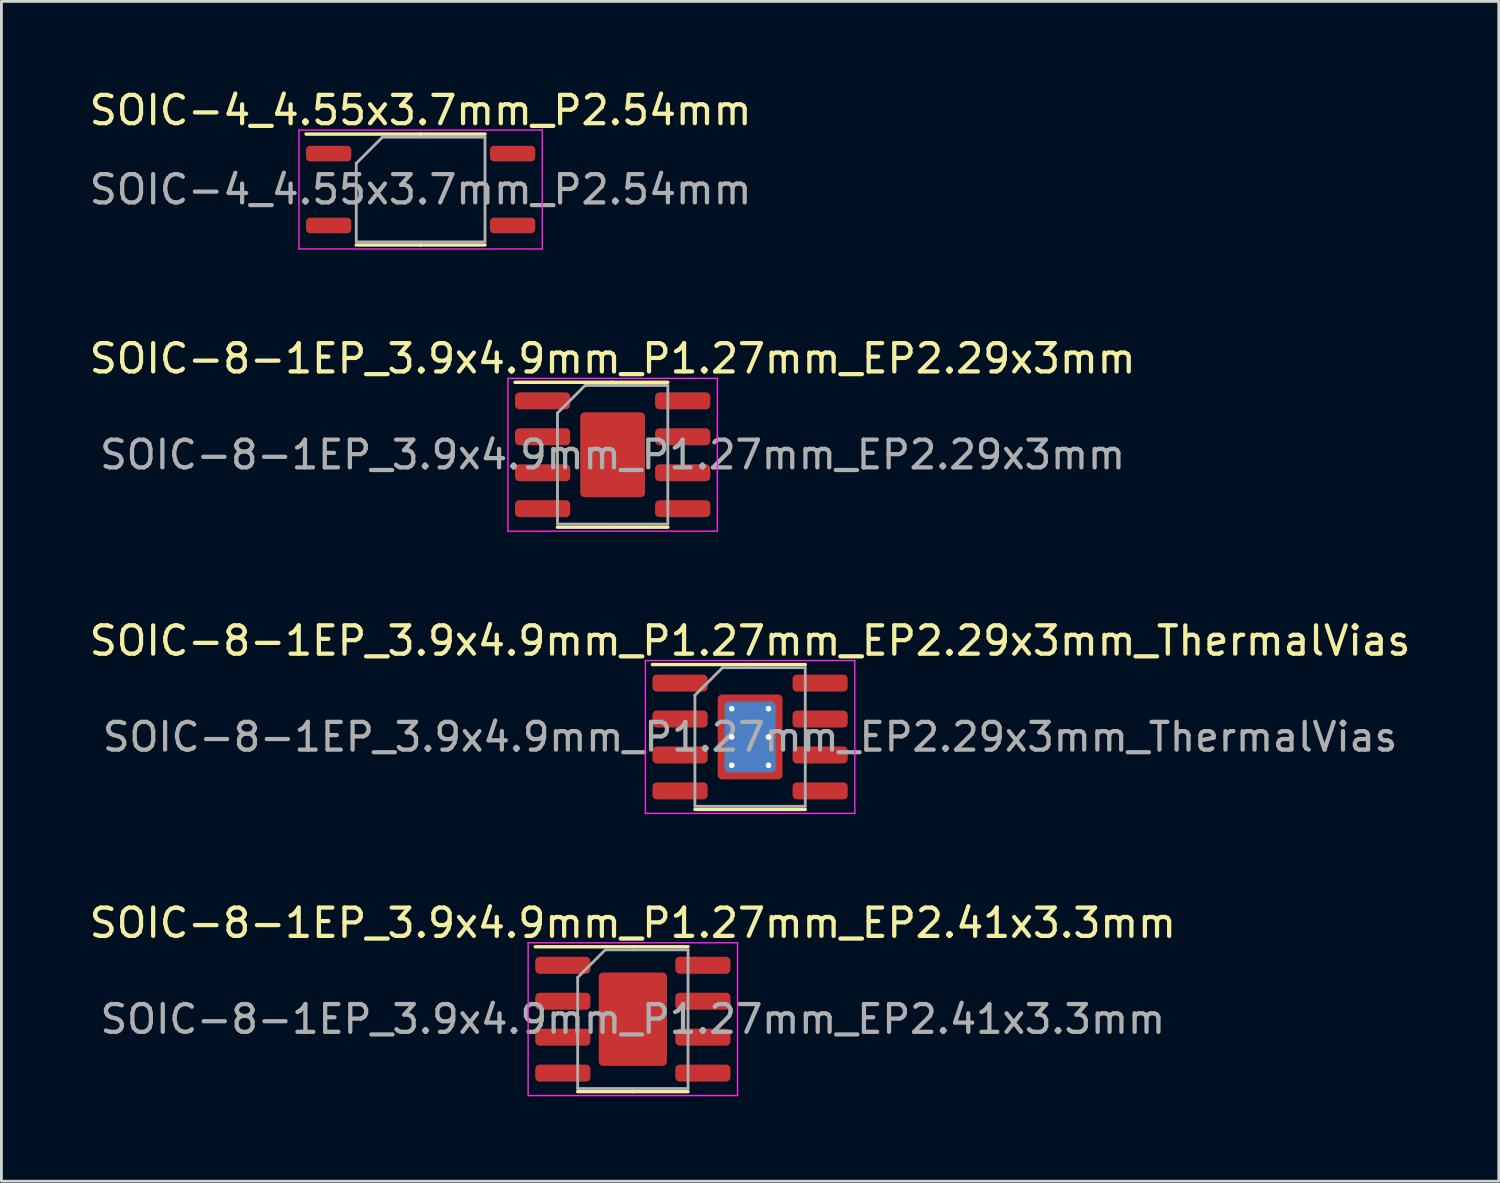
<source format=kicad_pcb>
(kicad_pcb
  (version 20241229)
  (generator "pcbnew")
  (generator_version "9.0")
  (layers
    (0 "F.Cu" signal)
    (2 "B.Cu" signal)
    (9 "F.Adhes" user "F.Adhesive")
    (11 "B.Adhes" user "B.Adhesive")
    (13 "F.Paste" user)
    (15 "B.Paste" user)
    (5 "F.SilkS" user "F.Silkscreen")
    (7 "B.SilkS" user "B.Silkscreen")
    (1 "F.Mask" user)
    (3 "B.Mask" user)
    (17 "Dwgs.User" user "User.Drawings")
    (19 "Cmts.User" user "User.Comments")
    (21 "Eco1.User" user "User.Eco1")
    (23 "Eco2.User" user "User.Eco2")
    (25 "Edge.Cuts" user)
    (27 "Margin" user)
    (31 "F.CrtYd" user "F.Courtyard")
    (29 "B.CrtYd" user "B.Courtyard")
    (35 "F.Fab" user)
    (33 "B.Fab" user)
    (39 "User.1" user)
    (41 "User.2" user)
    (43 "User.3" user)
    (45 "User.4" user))
  (footprint "SOIC-8-1EP_3.9x4.9mm_P1.27mm_EP2.41x3.3mm"
    (layer "F.Cu")
    (at 19.315 32.968)
    (property "Reference" "SOIC-8-1EP_3.9x4.9mm_P1.27mm_EP2.41x3.3mm" (at 0 -3.4 0) (layer "F.SilkS") (effects (font (size 1 1) (thickness 0.15))))
    (attr smd)
    (fp_line (start 0 -2.56) (end -3.45 -2.56) (stroke (width 0.12) (type solid)) (layer "F.SilkS"))
    (fp_line (start 0 -2.56) (end 1.95 -2.56) (stroke (width 0.12) (type solid)) (layer "F.SilkS"))
    (fp_line (start 0 2.56) (end -1.95 2.56) (stroke (width 0.12) (type solid)) (layer "F.SilkS"))
    (fp_line (start 0 2.56) (end 1.95 2.56) (stroke (width 0.12) (type solid)) (layer "F.SilkS"))
    (fp_line (start -3.7 -2.7) (end -3.7 2.7) (stroke (width 0.05) (type solid)) (layer "F.CrtYd"))
    (fp_line (start -3.7 2.7) (end 3.7 2.7) (stroke (width 0.05) (type solid)) (layer "F.CrtYd"))
    (fp_line (start 3.7 -2.7) (end -3.7 -2.7) (stroke (width 0.05) (type solid)) (layer "F.CrtYd"))
    (fp_line (start 3.7 2.7) (end 3.7 -2.7) (stroke (width 0.05) (type solid)) (layer "F.CrtYd"))
    (fp_line (start -1.95 -1.475) (end -0.975 -2.45) (stroke (width 0.1) (type solid)) (layer "F.Fab"))
    (fp_line (start -1.95 2.45) (end -1.95 -1.475) (stroke (width 0.1) (type solid)) (layer "F.Fab"))
    (fp_line (start -0.975 -2.45) (end 1.95 -2.45) (stroke (width 0.1) (type solid)) (layer "F.Fab"))
    (fp_line (start 1.95 -2.45) (end 1.95 2.45) (stroke (width 0.1) (type solid)) (layer "F.Fab"))
    (fp_line (start 1.95 2.45) (end -1.95 2.45) (stroke (width 0.1) (type solid)) (layer "F.Fab"))
    (fp_text user "${REFERENCE}" (at 0 0 0) (layer "F.Fab") (effects (font (size 0.98 0.98) (thickness 0.15))))
    (pad "" smd roundrect (at -0.6 -0.825) (size 0.97 1.33) (layers "F.Paste") (roundrect_rratio 0.25))
    (pad "" smd roundrect (at -0.6 0.825) (size 0.97 1.33) (layers "F.Paste") (roundrect_rratio 0.25))
    (pad "" smd roundrect (at 0.6 -0.825) (size 0.97 1.33) (layers "F.Paste") (roundrect_rratio 0.25))
    (pad "" smd roundrect (at 0.6 0.825) (size 0.97 1.33) (layers "F.Paste") (roundrect_rratio 0.25))
    (pad "1" smd roundrect (at -2.475 -1.905) (size 1.95 0.6) (layers "F.Cu" "F.Mask" "F.Paste") (roundrect_rratio 0.25))
    (pad "2" smd roundrect (at -2.475 -0.635) (size 1.95 0.6) (layers "F.Cu" "F.Mask" "F.Paste") (roundrect_rratio 0.25))
    (pad "3" smd roundrect (at -2.475 0.635) (size 1.95 0.6) (layers "F.Cu" "F.Mask" "F.Paste") (roundrect_rratio 0.25))
    (pad "4" smd roundrect (at -2.475 1.905) (size 1.95 0.6) (layers "F.Cu" "F.Mask" "F.Paste") (roundrect_rratio 0.25))
    (pad "5" smd roundrect (at 2.475 1.905) (size 1.95 0.6) (layers "F.Cu" "F.Mask" "F.Paste") (roundrect_rratio 0.25))
    (pad "6" smd roundrect (at 2.475 0.635) (size 1.95 0.6) (layers "F.Cu" "F.Mask" "F.Paste") (roundrect_rratio 0.25))
    (pad "7" smd roundrect (at 2.475 -0.635) (size 1.95 0.6) (layers "F.Cu" "F.Mask" "F.Paste") (roundrect_rratio 0.25))
    (pad "8" smd roundrect (at 2.475 -1.905) (size 1.95 0.6) (layers "F.Cu" "F.Mask" "F.Paste") (roundrect_rratio 0.25))
    (pad "9" smd roundrect (at 0 0) (size 2.41 3.3) (layers "F.Cu" "F.Mask") (roundrect_rratio 0.062)))
  (footprint "SOIC-8-1EP_3.9x4.9mm_P1.27mm_EP2.29x3mm"
    (layer "F.Cu")
    (at 18.601 13.021)
    (property "Reference" "SOIC-8-1EP_3.9x4.9mm_P1.27mm_EP2.29x3mm" (at 0 -3.4 0) (layer "F.SilkS") (effects (font (size 1 1) (thickness 0.15))))
    (attr smd)
    (fp_line (start 0 -2.56) (end -3.45 -2.56) (stroke (width 0.12) (type solid)) (layer "F.SilkS"))
    (fp_line (start 0 -2.56) (end 1.95 -2.56) (stroke (width 0.12) (type solid)) (layer "F.SilkS"))
    (fp_line (start 0 2.56) (end -1.95 2.56) (stroke (width 0.12) (type solid)) (layer "F.SilkS"))
    (fp_line (start 0 2.56) (end 1.95 2.56) (stroke (width 0.12) (type solid)) (layer "F.SilkS"))
    (fp_line (start -3.7 -2.7) (end -3.7 2.7) (stroke (width 0.05) (type solid)) (layer "F.CrtYd"))
    (fp_line (start -3.7 2.7) (end 3.7 2.7) (stroke (width 0.05) (type solid)) (layer "F.CrtYd"))
    (fp_line (start 3.7 -2.7) (end -3.7 -2.7) (stroke (width 0.05) (type solid)) (layer "F.CrtYd"))
    (fp_line (start 3.7 2.7) (end 3.7 -2.7) (stroke (width 0.05) (type solid)) (layer "F.CrtYd"))
    (fp_line (start -1.95 -1.475) (end -0.975 -2.45) (stroke (width 0.1) (type solid)) (layer "F.Fab"))
    (fp_line (start -1.95 2.45) (end -1.95 -1.475) (stroke (width 0.1) (type solid)) (layer "F.Fab"))
    (fp_line (start -0.975 -2.45) (end 1.95 -2.45) (stroke (width 0.1) (type solid)) (layer "F.Fab"))
    (fp_line (start 1.95 -2.45) (end 1.95 2.45) (stroke (width 0.1) (type solid)) (layer "F.Fab"))
    (fp_line (start 1.95 2.45) (end -1.95 2.45) (stroke (width 0.1) (type solid)) (layer "F.Fab"))
    (fp_text user "${REFERENCE}" (at 0 0 0) (layer "F.Fab") (effects (font (size 0.98 0.98) (thickness 0.15))))
    (pad "" smd roundrect (at -0.57 -0.75) (size 0.92 1.21) (layers "F.Paste") (roundrect_rratio 0.25))
    (pad "" smd roundrect (at -0.57 0.75) (size 0.92 1.21) (layers "F.Paste") (roundrect_rratio 0.25))
    (pad "" smd roundrect (at 0.57 -0.75) (size 0.92 1.21) (layers "F.Paste") (roundrect_rratio 0.25))
    (pad "" smd roundrect (at 0.57 0.75) (size 0.92 1.21) (layers "F.Paste") (roundrect_rratio 0.25))
    (pad "1" smd roundrect (at -2.475 -1.905) (size 1.95 0.6) (layers "F.Cu" "F.Mask" "F.Paste") (roundrect_rratio 0.25))
    (pad "2" smd roundrect (at -2.475 -0.635) (size 1.95 0.6) (layers "F.Cu" "F.Mask" "F.Paste") (roundrect_rratio 0.25))
    (pad "3" smd roundrect (at -2.475 0.635) (size 1.95 0.6) (layers "F.Cu" "F.Mask" "F.Paste") (roundrect_rratio 0.25))
    (pad "4" smd roundrect (at -2.475 1.905) (size 1.95 0.6) (layers "F.Cu" "F.Mask" "F.Paste") (roundrect_rratio 0.25))
    (pad "5" smd roundrect (at 2.475 1.905) (size 1.95 0.6) (layers "F.Cu" "F.Mask" "F.Paste") (roundrect_rratio 0.25))
    (pad "6" smd roundrect (at 2.475 0.635) (size 1.95 0.6) (layers "F.Cu" "F.Mask" "F.Paste") (roundrect_rratio 0.25))
    (pad "7" smd roundrect (at 2.475 -0.635) (size 1.95 0.6) (layers "F.Cu" "F.Mask" "F.Paste") (roundrect_rratio 0.25))
    (pad "8" smd roundrect (at 2.475 -1.905) (size 1.95 0.6) (layers "F.Cu" "F.Mask" "F.Paste") (roundrect_rratio 0.25))
    (pad "9" smd roundrect (at 0 0) (size 2.29 3) (layers "F.Cu" "F.Mask") (roundrect_rratio 0.066)))
  (footprint "SOIC-4_4.55x3.7mm_P2.54mm"
    (layer "F.Cu")
    (at 11.815 3.648)
    (property "Reference" "SOIC-4_4.55x3.7mm_P2.54mm" (at 0 -2.8 0) (layer "F.SilkS") (effects (font (size 1 1) (thickness 0.15))))
    (attr smd)
    (fp_line (start 0 -1.96) (end -4.05 -1.96) (stroke (width 0.12) (type solid)) (layer "F.SilkS"))
    (fp_line (start 0 -1.96) (end 2.275 -1.96) (stroke (width 0.12) (type solid)) (layer "F.SilkS"))
    (fp_line (start 0 1.96) (end -2.275 1.96) (stroke (width 0.12) (type solid)) (layer "F.SilkS"))
    (fp_line (start 0 1.96) (end 2.275 1.96) (stroke (width 0.12) (type solid)) (layer "F.SilkS"))
    (fp_line (start -4.3 -2.1) (end -4.3 2.1) (stroke (width 0.05) (type solid)) (layer "F.CrtYd"))
    (fp_line (start -4.3 2.1) (end 4.3 2.1) (stroke (width 0.05) (type solid)) (layer "F.CrtYd"))
    (fp_line (start 4.3 -2.1) (end -4.3 -2.1) (stroke (width 0.05) (type solid)) (layer "F.CrtYd"))
    (fp_line (start 4.3 2.1) (end 4.3 -2.1) (stroke (width 0.05) (type solid)) (layer "F.CrtYd"))
    (fp_line (start -2.275 -0.925) (end -1.35 -1.85) (stroke (width 0.1) (type solid)) (layer "F.Fab"))
    (fp_line (start -2.275 1.85) (end -2.275 -0.925) (stroke (width 0.1) (type solid)) (layer "F.Fab"))
    (fp_line (start -1.35 -1.85) (end 2.275 -1.85) (stroke (width 0.1) (type solid)) (layer "F.Fab"))
    (fp_line (start 2.275 -1.85) (end 2.275 1.85) (stroke (width 0.1) (type solid)) (layer "F.Fab"))
    (fp_line (start 2.275 1.85) (end -2.275 1.85) (stroke (width 0.1) (type solid)) (layer "F.Fab"))
    (fp_text user "${REFERENCE}" (at 0 0 0) (layer "F.Fab") (effects (font (size 1 1) (thickness 0.15))))
    (pad "1" smd roundrect (at -3.25 -1.27) (size 1.6 0.55) (layers "F.Cu" "F.Mask" "F.Paste") (roundrect_rratio 0.25))
    (pad "3" smd roundrect (at -3.25 1.27) (size 1.6 0.55) (layers "F.Cu" "F.Mask" "F.Paste") (roundrect_rratio 0.25))
    (pad "4" smd roundrect (at 3.25 1.27) (size 1.6 0.55) (layers "F.Cu" "F.Mask" "F.Paste") (roundrect_rratio 0.25))
    (pad "6" smd roundrect (at 3.25 -1.27) (size 1.6 0.55) (layers "F.Cu" "F.Mask" "F.Paste") (roundrect_rratio 0.25)))
  (footprint "SOIC-8-1EP_3.9x4.9mm_P1.27mm_EP2.29x3mm_ThermalVias"
    (layer "F.Cu")
    (at 23.458 22.995)
    (property "Reference" "SOIC-8-1EP_3.9x4.9mm_P1.27mm_EP2.29x3mm_ThermalVias" (at 0 -3.4 0) (layer "F.SilkS") (effects (font (size 1 1) (thickness 0.15))))
    (attr smd)
    (fp_line (start 0 -2.56) (end -3.45 -2.56) (stroke (width 0.12) (type solid)) (layer "F.SilkS"))
    (fp_line (start 0 -2.56) (end 1.95 -2.56) (stroke (width 0.12) (type solid)) (layer "F.SilkS"))
    (fp_line (start 0 2.56) (end -1.95 2.56) (stroke (width 0.12) (type solid)) (layer "F.SilkS"))
    (fp_line (start 0 2.56) (end 1.95 2.56) (stroke (width 0.12) (type solid)) (layer "F.SilkS"))
    (fp_line (start -3.7 -2.7) (end -3.7 2.7) (stroke (width 0.05) (type solid)) (layer "F.CrtYd"))
    (fp_line (start -3.7 2.7) (end 3.7 2.7) (stroke (width 0.05) (type solid)) (layer "F.CrtYd"))
    (fp_line (start 3.7 -2.7) (end -3.7 -2.7) (stroke (width 0.05) (type solid)) (layer "F.CrtYd"))
    (fp_line (start 3.7 2.7) (end 3.7 -2.7) (stroke (width 0.05) (type solid)) (layer "F.CrtYd"))
    (fp_line (start -1.95 -1.475) (end -0.975 -2.45) (stroke (width 0.1) (type solid)) (layer "F.Fab"))
    (fp_line (start -1.95 2.45) (end -1.95 -1.475) (stroke (width 0.1) (type solid)) (layer "F.Fab"))
    (fp_line (start -0.975 -2.45) (end 1.95 -2.45) (stroke (width 0.1) (type solid)) (layer "F.Fab"))
    (fp_line (start 1.95 -2.45) (end 1.95 2.45) (stroke (width 0.1) (type solid)) (layer "F.Fab"))
    (fp_line (start 1.95 2.45) (end -1.95 2.45) (stroke (width 0.1) (type solid)) (layer "F.Fab"))
    (fp_text user "${REFERENCE}" (at 0 0 0) (layer "F.Fab") (effects (font (size 0.98 0.98) (thickness 0.15))))
    (pad "" smd roundrect (at -0.57 -0.75) (size 0.96 1.25) (layers "F.Paste") (roundrect_rratio 0.25))
    (pad "" smd roundrect (at -0.57 0.75) (size 0.96 1.25) (layers "F.Paste") (roundrect_rratio 0.25))
    (pad "" smd roundrect (at 0.57 -0.75) (size 0.96 1.25) (layers "F.Paste") (roundrect_rratio 0.25))
    (pad "" smd roundrect (at 0.57 0.75) (size 0.96 1.25) (layers "F.Paste") (roundrect_rratio 0.25))
    (pad "1" smd roundrect (at -2.475 -1.905) (size 1.95 0.6) (layers "F.Cu" "F.Mask" "F.Paste") (roundrect_rratio 0.25))
    (pad "2" smd roundrect (at -2.475 -0.635) (size 1.95 0.6) (layers "F.Cu" "F.Mask" "F.Paste") (roundrect_rratio 0.25))
    (pad "3" smd roundrect (at -2.475 0.635) (size 1.95 0.6) (layers "F.Cu" "F.Mask" "F.Paste") (roundrect_rratio 0.25))
    (pad "4" smd roundrect (at -2.475 1.905) (size 1.95 0.6) (layers "F.Cu" "F.Mask" "F.Paste") (roundrect_rratio 0.25))
    (pad "5" smd roundrect (at 2.475 1.905) (size 1.95 0.6) (layers "F.Cu" "F.Mask" "F.Paste") (roundrect_rratio 0.25))
    (pad "6" smd roundrect (at 2.475 0.635) (size 1.95 0.6) (layers "F.Cu" "F.Mask" "F.Paste") (roundrect_rratio 0.25))
    (pad "7" smd roundrect (at 2.475 -0.635) (size 1.95 0.6) (layers "F.Cu" "F.Mask" "F.Paste") (roundrect_rratio 0.25))
    (pad "8" smd roundrect (at 2.475 -1.905) (size 1.95 0.6) (layers "F.Cu" "F.Mask" "F.Paste") (roundrect_rratio 0.25))
    (pad "9" thru_hole circle (at -0.65 -1) (size 0.5 0.5) (drill 0.2) (layers "*.Cu"))
    (pad "9" thru_hole circle (at -0.65 0) (size 0.5 0.5) (drill 0.2) (layers "*.Cu"))
    (pad "9" thru_hole circle (at -0.65 1) (size 0.5 0.5) (drill 0.2) (layers "*.Cu"))
    (pad "9" smd roundrect (at 0 0) (size 1.8 2.5) (layers "B.Cu") (roundrect_rratio 0.083))
    (pad "9" smd roundrect (at 0 0) (size 2.29 3) (layers "F.Cu" "F.Mask") (roundrect_rratio 0.066))
    (pad "9" thru_hole circle (at 0.65 -1) (size 0.5 0.5) (drill 0.2) (layers "*.Cu"))
    (pad "9" thru_hole circle (at 0.65 0) (size 0.5 0.5) (drill 0.2) (layers "*.Cu"))
    (pad "9" thru_hole circle (at 0.65 1) (size 0.5 0.5) (drill 0.2) (layers "*.Cu")))
  (gr_rect
    (start -3 -3)
    (end 49.917 38.693)
    (stroke (width 0.1) (type default))
    (fill no)
    (layer "Edge.Cuts")))
</source>
